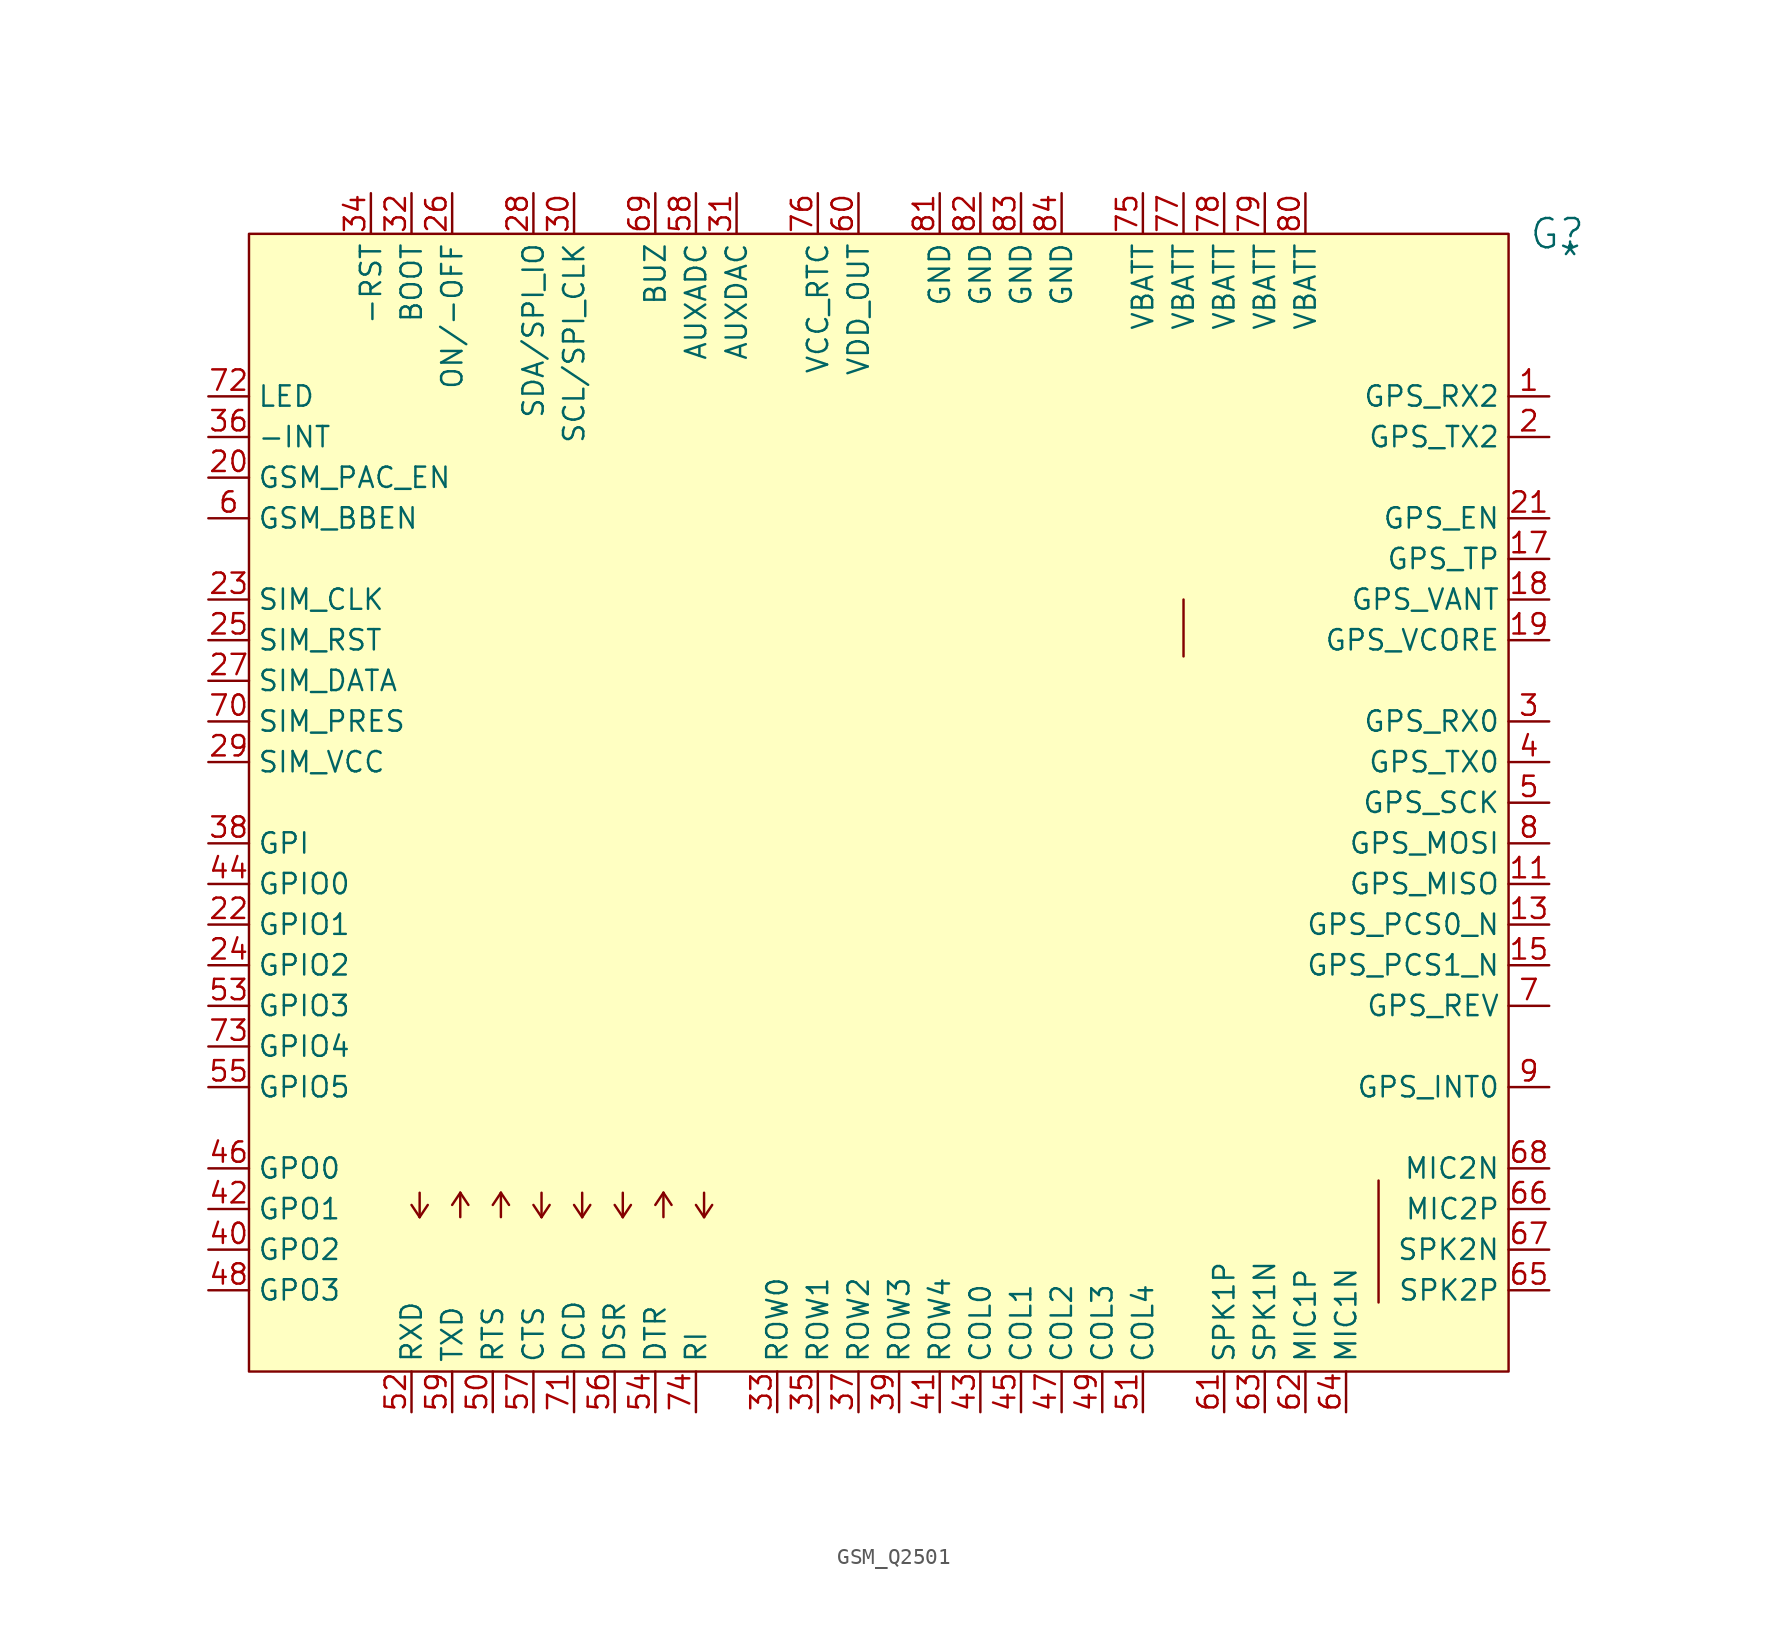
<source format=kicad_sym>
(kicad_symbol_lib
  (version 20241209)
  (generator "kicad_symbol_editor")
  (generator_version "9.0")
  (symbol "GSM_Q2501"
    (property "Reference" "G"
      (at 81.788 0 0)
      (effects (font (size 1.829 1.829))))
    (property "Value" "*"
      (at 81.788 -2.54 0)
      (effects (font (size 1.829 1.829)) (justify left bottom)))
    (symbol "GSM_Q2501_1_0"
      (polyline (pts (xy 10.668 -61.468) (xy 10.16 -60.706)) (stroke (width 0) (type solid)) (fill (type none)))
      (polyline (pts (xy 10.668 -61.468) (xy 10.668 -59.944)) (stroke (width 0) (type solid)) (fill (type none)))
      (polyline (pts (xy 11.176 -60.706) (xy 10.668 -61.468)) (stroke (width 0) (type solid)) (fill (type none)))
      (polyline (pts (xy 12.7 -60.706) (xy 13.208 -59.944)) (stroke (width 0) (type solid)) (fill (type none)))
      (polyline (pts (xy 13.208 -59.944) (xy 13.208 -61.468)) (stroke (width 0) (type solid)) (fill (type none)))
      (polyline (pts (xy 13.208 -59.944) (xy 13.716 -60.706)) (stroke (width 0) (type solid)) (fill (type none)))
      (polyline (pts (xy 15.24 -60.706) (xy 15.748 -59.944)) (stroke (width 0) (type solid)) (fill (type none)))
      (polyline (pts (xy 15.748 -59.944) (xy 15.748 -61.468)) (stroke (width 0) (type solid)) (fill (type none)))
      (polyline (pts (xy 15.748 -59.944) (xy 16.256 -60.706)) (stroke (width 0) (type solid)) (fill (type none)))
      (polyline (pts (xy 18.288 -61.468) (xy 17.78 -60.706)) (stroke (width 0) (type solid)) (fill (type none)))
      (polyline (pts (xy 18.288 -61.468) (xy 18.288 -59.944)) (stroke (width 0) (type solid)) (fill (type none)))
      (polyline (pts (xy 18.796 -60.706) (xy 18.288 -61.468)) (stroke (width 0) (type solid)) (fill (type none)))
      (polyline (pts (xy 20.828 -61.468) (xy 20.32 -60.706)) (stroke (width 0) (type solid)) (fill (type none)))
      (polyline (pts (xy 20.828 -61.468) (xy 20.828 -59.944)) (stroke (width 0) (type solid)) (fill (type none)))
      (polyline (pts (xy 21.336 -60.706) (xy 20.828 -61.468)) (stroke (width 0) (type solid)) (fill (type none)))
      (polyline (pts (xy 23.368 -61.468) (xy 22.86 -60.706)) (stroke (width 0) (type solid)) (fill (type none)))
      (polyline (pts (xy 23.368 -61.468) (xy 23.368 -59.944)) (stroke (width 0) (type solid)) (fill (type none)))
      (polyline (pts (xy 23.876 -60.706) (xy 23.368 -61.468)) (stroke (width 0) (type solid)) (fill (type none)))
      (polyline (pts (xy 25.4 -60.706) (xy 25.908 -59.944)) (stroke (width 0) (type solid)) (fill (type none)))
      (polyline (pts (xy 25.908 -59.944) (xy 25.908 -61.468)) (stroke (width 0) (type solid)) (fill (type none)))
      (polyline (pts (xy 25.908 -59.944) (xy 26.416 -60.706)) (stroke (width 0) (type solid)) (fill (type none)))
      (polyline (pts (xy 28.448 -61.468) (xy 27.94 -60.706)) (stroke (width 0) (type solid)) (fill (type none)))
      (polyline (pts (xy 28.448 -61.468) (xy 28.448 -59.944)) (stroke (width 0) (type solid)) (fill (type none)))
      (polyline (pts (xy 28.956 -60.706) (xy 28.448 -61.468)) (stroke (width 0) (type solid)) (fill (type none)))
      (polyline (pts (xy 58.42 -22.86) (xy 58.42 -26.416)) (stroke (width 0) (type solid)) (fill (type none)))
      (polyline (pts (xy 70.612 -59.182) (xy 70.612 -66.802)) (stroke (width 0) (type solid)) (fill (type none)))
      (rectangle (start 78.74 0) (end 0 -71.12) (stroke (width 0) (type solid) (color 128 0 0 1)) (fill (type background)))
      (pin passive line (at -2.54 -10.16 0) (length 2.54) (name "LED" (effects (font (size 1.27 1.27)))) (number "72" (effects (font (size 1.27 1.27)))))
      (pin passive line (at -2.54 -12.7 0) (length 2.54) (name "-INT" (effects (font (size 1.27 1.27)))) (number "36" (effects (font (size 1.27 1.27)))))
      (pin input line (at -2.54 -15.24 0) (length 2.54) (name "GSM_PAC_EN" (effects (font (size 1.27 1.27)))) (number "20" (effects (font (size 1.27 1.27)))))
      (pin output line (at -2.54 -17.78 0) (length 2.54) (name "GSM_BBEN" (effects (font (size 1.27 1.27)))) (number "6" (effects (font (size 1.27 1.27)))))
      (pin passive line (at -2.54 -22.86 0) (length 2.54) (name "SIM_CLK" (effects (font (size 1.27 1.27)))) (number "23" (effects (font (size 1.27 1.27)))))
      (pin passive line (at -2.54 -25.4 0) (length 2.54) (name "SIM_RST" (effects (font (size 1.27 1.27)))) (number "25" (effects (font (size 1.27 1.27)))))
      (pin passive line (at -2.54 -27.94 0) (length 2.54) (name "SIM_DATA" (effects (font (size 1.27 1.27)))) (number "27" (effects (font (size 1.27 1.27)))))
      (pin passive line (at -2.54 -30.48 0) (length 2.54) (name "SIM_PRES" (effects (font (size 1.27 1.27)))) (number "70" (effects (font (size 1.27 1.27)))))
      (pin passive line (at -2.54 -33.02 0) (length 2.54) (name "SIM_VCC" (effects (font (size 1.27 1.27)))) (number "29" (effects (font (size 1.27 1.27)))))
      (pin passive line (at -2.54 -38.1 0) (length 2.54) (name "GPI" (effects (font (size 1.27 1.27)))) (number "38" (effects (font (size 1.27 1.27)))))
      (pin passive line (at -2.54 -40.64 0) (length 2.54) (name "GPIO0" (effects (font (size 1.27 1.27)))) (number "44" (effects (font (size 1.27 1.27)))))
      (pin bidirectional line (at -2.54 -43.18 0) (length 2.54) (name "GPIO1" (effects (font (size 1.27 1.27)))) (number "22" (effects (font (size 1.27 1.27)))))
      (pin bidirectional line (at -2.54 -45.72 0) (length 2.54) (name "GPIO2" (effects (font (size 1.27 1.27)))) (number "24" (effects (font (size 1.27 1.27)))))
      (pin passive line (at -2.54 -48.26 0) (length 2.54) (name "GPIO3" (effects (font (size 1.27 1.27)))) (number "53" (effects (font (size 1.27 1.27)))))
      (pin bidirectional line (at -2.54 -50.8 0) (length 2.54) (name "GPIO4" (effects (font (size 1.27 1.27)))) (number "73" (effects (font (size 1.27 1.27)))))
      (pin passive line (at -2.54 -53.34 0) (length 2.54) (name "GPIO5" (effects (font (size 1.27 1.27)))) (number "55" (effects (font (size 1.27 1.27)))))
      (pin passive line (at -2.54 -58.42 0) (length 2.54) (name "GPO0" (effects (font (size 1.27 1.27)))) (number "46" (effects (font (size 1.27 1.27)))))
      (pin passive line (at -2.54 -60.96 0) (length 2.54) (name "GPO1" (effects (font (size 1.27 1.27)))) (number "42" (effects (font (size 1.27 1.27)))))
      (pin passive line (at -2.54 -63.5 0) (length 2.54) (name "GPO2" (effects (font (size 1.27 1.27)))) (number "40" (effects (font (size 1.27 1.27)))))
      (pin passive line (at -2.54 -66.04 0) (length 2.54) (name "GPO3" (effects (font (size 1.27 1.27)))) (number "48" (effects (font (size 1.27 1.27)))))
      (pin passive line (at 7.62 2.54 270) (length 2.54) (name "-RST" (effects (font (size 1.27 1.27)))) (number "34" (effects (font (size 1.27 1.27)))))
      (pin passive line (at 10.16 2.54 270) (length 2.54) (name "BOOT" (effects (font (size 1.27 1.27)))) (number "32" (effects (font (size 1.27 1.27)))))
      (pin output line (at 10.16 -73.66 90) (length 2.54) (name "RXD" (effects (font (size 1.27 1.27)))) (number "52" (effects (font (size 1.27 1.27)))))
      (pin passive line (at 12.7 2.54 270) (length 2.54) (name "ON/-OFF" (effects (font (size 1.27 1.27)))) (number "26" (effects (font (size 1.27 1.27)))))
      (pin input line (at 12.7 -73.66 90) (length 2.54) (name "TXD" (effects (font (size 1.27 1.27)))) (number "59" (effects (font (size 1.27 1.27)))))
      (pin input line (at 15.24 -73.66 90) (length 2.54) (name "RTS" (effects (font (size 1.27 1.27)))) (number "50" (effects (font (size 1.27 1.27)))))
      (pin passive line (at 17.78 2.54 270) (length 2.54) (name "SDA/SPI_IO" (effects (font (size 1.27 1.27)))) (number "28" (effects (font (size 1.27 1.27)))))
      (pin output line (at 17.78 -73.66 90) (length 2.54) (name "CTS" (effects (font (size 1.27 1.27)))) (number "57" (effects (font (size 1.27 1.27)))))
      (pin passive line (at 20.32 2.54 270) (length 2.54) (name "SCL/SPI_CLK" (effects (font (size 1.27 1.27)))) (number "30" (effects (font (size 1.27 1.27)))))
      (pin output line (at 20.32 -73.66 90) (length 2.54) (name "DCD" (effects (font (size 1.27 1.27)))) (number "71" (effects (font (size 1.27 1.27)))))
      (pin output line (at 22.86 -73.66 90) (length 2.54) (name "DSR" (effects (font (size 1.27 1.27)))) (number "56" (effects (font (size 1.27 1.27)))))
      (pin passive line (at 25.4 2.54 270) (length 2.54) (name "BUZ" (effects (font (size 1.27 1.27)))) (number "69" (effects (font (size 1.27 1.27)))))
      (pin input line (at 25.4 -73.66 90) (length 2.54) (name "DTR" (effects (font (size 1.27 1.27)))) (number "54" (effects (font (size 1.27 1.27)))))
      (pin input line (at 27.94 2.54 270) (length 2.54) (name "AUXADC" (effects (font (size 1.27 1.27)))) (number "58" (effects (font (size 1.27 1.27)))))
      (pin output line (at 27.94 -73.66 90) (length 2.54) (name "RI" (effects (font (size 1.27 1.27)))) (number "74" (effects (font (size 1.27 1.27)))))
      (pin output line (at 30.48 2.54 270) (length 2.54) (name "AUXDAC" (effects (font (size 1.27 1.27)))) (number "31" (effects (font (size 1.27 1.27)))))
      (pin passive line (at 33.02 -73.66 90) (length 2.54) (name "ROW0" (effects (font (size 1.27 1.27)))) (number "33" (effects (font (size 1.27 1.27)))))
      (pin passive line (at 35.56 2.54 270) (length 2.54) (name "VCC_RTC" (effects (font (size 1.27 1.27)))) (number "76" (effects (font (size 1.27 1.27)))))
      (pin passive line (at 35.56 -73.66 90) (length 2.54) (name "ROW1" (effects (font (size 1.27 1.27)))) (number "35" (effects (font (size 1.27 1.27)))))
      (pin output line (at 38.1 2.54 270) (length 2.54) (name "VDD_OUT" (effects (font (size 1.27 1.27)))) (number "60" (effects (font (size 1.27 1.27)))))
      (pin passive line (at 38.1 -73.66 90) (length 2.54) (name "ROW2" (effects (font (size 1.27 1.27)))) (number "37" (effects (font (size 1.27 1.27)))))
      (pin passive line (at 40.64 -73.66 90) (length 2.54) (name "ROW3" (effects (font (size 1.27 1.27)))) (number "39" (effects (font (size 1.27 1.27)))))
      (pin passive line (at 43.18 2.54 270) (length 2.54) (name "GND" (effects (font (size 1.27 1.27)))) (number "81" (effects (font (size 1.27 1.27)))))
      (pin passive line (at 43.18 -73.66 90) (length 2.54) (name "ROW4" (effects (font (size 1.27 1.27)))) (number "41" (effects (font (size 1.27 1.27)))))
      (pin passive line (at 45.72 2.54 270) (length 2.54) (name "GND" (effects (font (size 1.27 1.27)))) (number "82" (effects (font (size 1.27 1.27)))))
      (pin passive line (at 45.72 -73.66 90) (length 2.54) (name "COL0" (effects (font (size 1.27 1.27)))) (number "43" (effects (font (size 1.27 1.27)))))
      (pin passive line (at 48.26 2.54 270) (length 2.54) (name "GND" (effects (font (size 1.27 1.27)))) (number "83" (effects (font (size 1.27 1.27)))))
      (pin passive line (at 48.26 -73.66 90) (length 2.54) (name "COL1" (effects (font (size 1.27 1.27)))) (number "45" (effects (font (size 1.27 1.27)))))
      (pin passive line (at 50.8 2.54 270) (length 2.54) (name "GND" (effects (font (size 1.27 1.27)))) (number "84" (effects (font (size 1.27 1.27)))))
      (pin passive line (at 50.8 -73.66 90) (length 2.54) (name "COL2" (effects (font (size 1.27 1.27)))) (number "47" (effects (font (size 1.27 1.27)))))
      (pin passive line (at 53.34 -73.66 90) (length 2.54) (name "COL3" (effects (font (size 1.27 1.27)))) (number "49" (effects (font (size 1.27 1.27)))))
      (pin passive line (at 55.88 2.54 270) (length 2.54) (name "VBATT" (effects (font (size 1.27 1.27)))) (number "75" (effects (font (size 1.27 1.27)))))
      (pin passive line (at 55.88 -73.66 90) (length 2.54) (name "COL4" (effects (font (size 1.27 1.27)))) (number "51" (effects (font (size 1.27 1.27)))))
      (pin passive line (at 58.42 2.54 270) (length 2.54) (name "VBATT" (effects (font (size 1.27 1.27)))) (number "77" (effects (font (size 1.27 1.27)))))
      (pin passive line (at 60.96 2.54 270) (length 2.54) (name "VBATT" (effects (font (size 1.27 1.27)))) (number "78" (effects (font (size 1.27 1.27)))))
      (pin passive line (at 60.96 -73.66 90) (length 2.54) (name "SPK1P" (effects (font (size 1.27 1.27)))) (number "61" (effects (font (size 1.27 1.27)))))
      (pin passive line (at 63.5 2.54 270) (length 2.54) (name "VBATT" (effects (font (size 1.27 1.27)))) (number "79" (effects (font (size 1.27 1.27)))))
      (pin passive line (at 63.5 -73.66 90) (length 2.54) (name "SPK1N" (effects (font (size 1.27 1.27)))) (number "63" (effects (font (size 1.27 1.27)))))
      (pin passive line (at 66.04 2.54 270) (length 2.54) (name "VBATT" (effects (font (size 1.27 1.27)))) (number "80" (effects (font (size 1.27 1.27)))))
      (pin passive line (at 66.04 -73.66 90) (length 2.54) (name "MIC1P" (effects (font (size 1.27 1.27)))) (number "62" (effects (font (size 1.27 1.27)))))
      (pin passive line (at 68.58 -73.66 90) (length 2.54) (name "MIC1N" (effects (font (size 1.27 1.27)))) (number "64" (effects (font (size 1.27 1.27)))))
      (pin output line (at 81.28 -10.16 180) (length 2.54) (name "GPS_RX2" (effects (font (size 1.27 1.27)))) (number "1" (effects (font (size 1.27 1.27)))))
      (pin input line (at 81.28 -12.7 180) (length 2.54) (name "GPS_TX2" (effects (font (size 1.27 1.27)))) (number "2" (effects (font (size 1.27 1.27)))))
      (pin input line (at 81.28 -17.78 180) (length 2.54) (name "GPS_EN" (effects (font (size 1.27 1.27)))) (number "21" (effects (font (size 1.27 1.27)))))
      (pin output line (at 81.28 -20.32 180) (length 2.54) (name "GPS_TP" (effects (font (size 1.27 1.27)))) (number "17" (effects (font (size 1.27 1.27)))))
      (pin input line (at 81.28 -22.86 180) (length 2.54) (name "GPS_VANT" (effects (font (size 1.27 1.27)))) (number "18" (effects (font (size 1.27 1.27)))))
      (pin input line (at 81.28 -25.4 180) (length 2.54) (name "GPS_VCORE" (effects (font (size 1.27 1.27)))) (number "19" (effects (font (size 1.27 1.27)))))
      (pin output line (at 81.28 -30.48 180) (length 2.54) (name "GPS_RX0" (effects (font (size 1.27 1.27)))) (number "3" (effects (font (size 1.27 1.27)))))
      (pin input line (at 81.28 -33.02 180) (length 2.54) (name "GPS_TX0" (effects (font (size 1.27 1.27)))) (number "4" (effects (font (size 1.27 1.27)))))
      (pin output line (at 81.28 -35.56 180) (length 2.54) (name "GPS_SCK" (effects (font (size 1.27 1.27)))) (number "5" (effects (font (size 1.27 1.27)))))
      (pin bidirectional line (at 81.28 -38.1 180) (length 2.54) (name "GPS_MOSI" (effects (font (size 1.27 1.27)))) (number "8" (effects (font (size 1.27 1.27)))))
      (pin bidirectional line (at 81.28 -40.64 180) (length 2.54) (name "GPS_MISO" (effects (font (size 1.27 1.27)))) (number "11" (effects (font (size 1.27 1.27)))))
      (pin open_collector line (at 81.28 -43.18 180) (length 2.54) (name "GPS_PCS0_N" (effects (font (size 1.27 1.27)))) (number "13" (effects (font (size 1.27 1.27)))))
      (pin open_collector line (at 81.28 -45.72 180) (length 2.54) (name "GPS_PCS1_N" (effects (font (size 1.27 1.27)))) (number "15" (effects (font (size 1.27 1.27)))))
      (pin input line (at 81.28 -48.26 180) (length 2.54) (name "GPS_REV" (effects (font (size 1.27 1.27)))) (number "7" (effects (font (size 1.27 1.27)))))
      (pin input line (at 81.28 -53.34 180) (length 2.54) (name "GPS_INT0" (effects (font (size 1.27 1.27)))) (number "9" (effects (font (size 1.27 1.27)))))
      (pin passive line (at 81.28 -58.42 180) (length 2.54) (name "MIC2N" (effects (font (size 1.27 1.27)))) (number "68" (effects (font (size 1.27 1.27)))))
      (pin passive line (at 81.28 -60.96 180) (length 2.54) (name "MIC2P" (effects (font (size 1.27 1.27)))) (number "66" (effects (font (size 1.27 1.27)))))
      (pin passive line (at 81.28 -63.5 180) (length 2.54) (name "SPK2N" (effects (font (size 1.27 1.27)))) (number "67" (effects (font (size 1.27 1.27)))))
      (pin passive line (at 81.28 -66.04 180) (length 2.54) (name "SPK2P" (effects (font (size 1.27 1.27)))) (number "65" (effects (font (size 1.27 1.27))))))))
</source>
